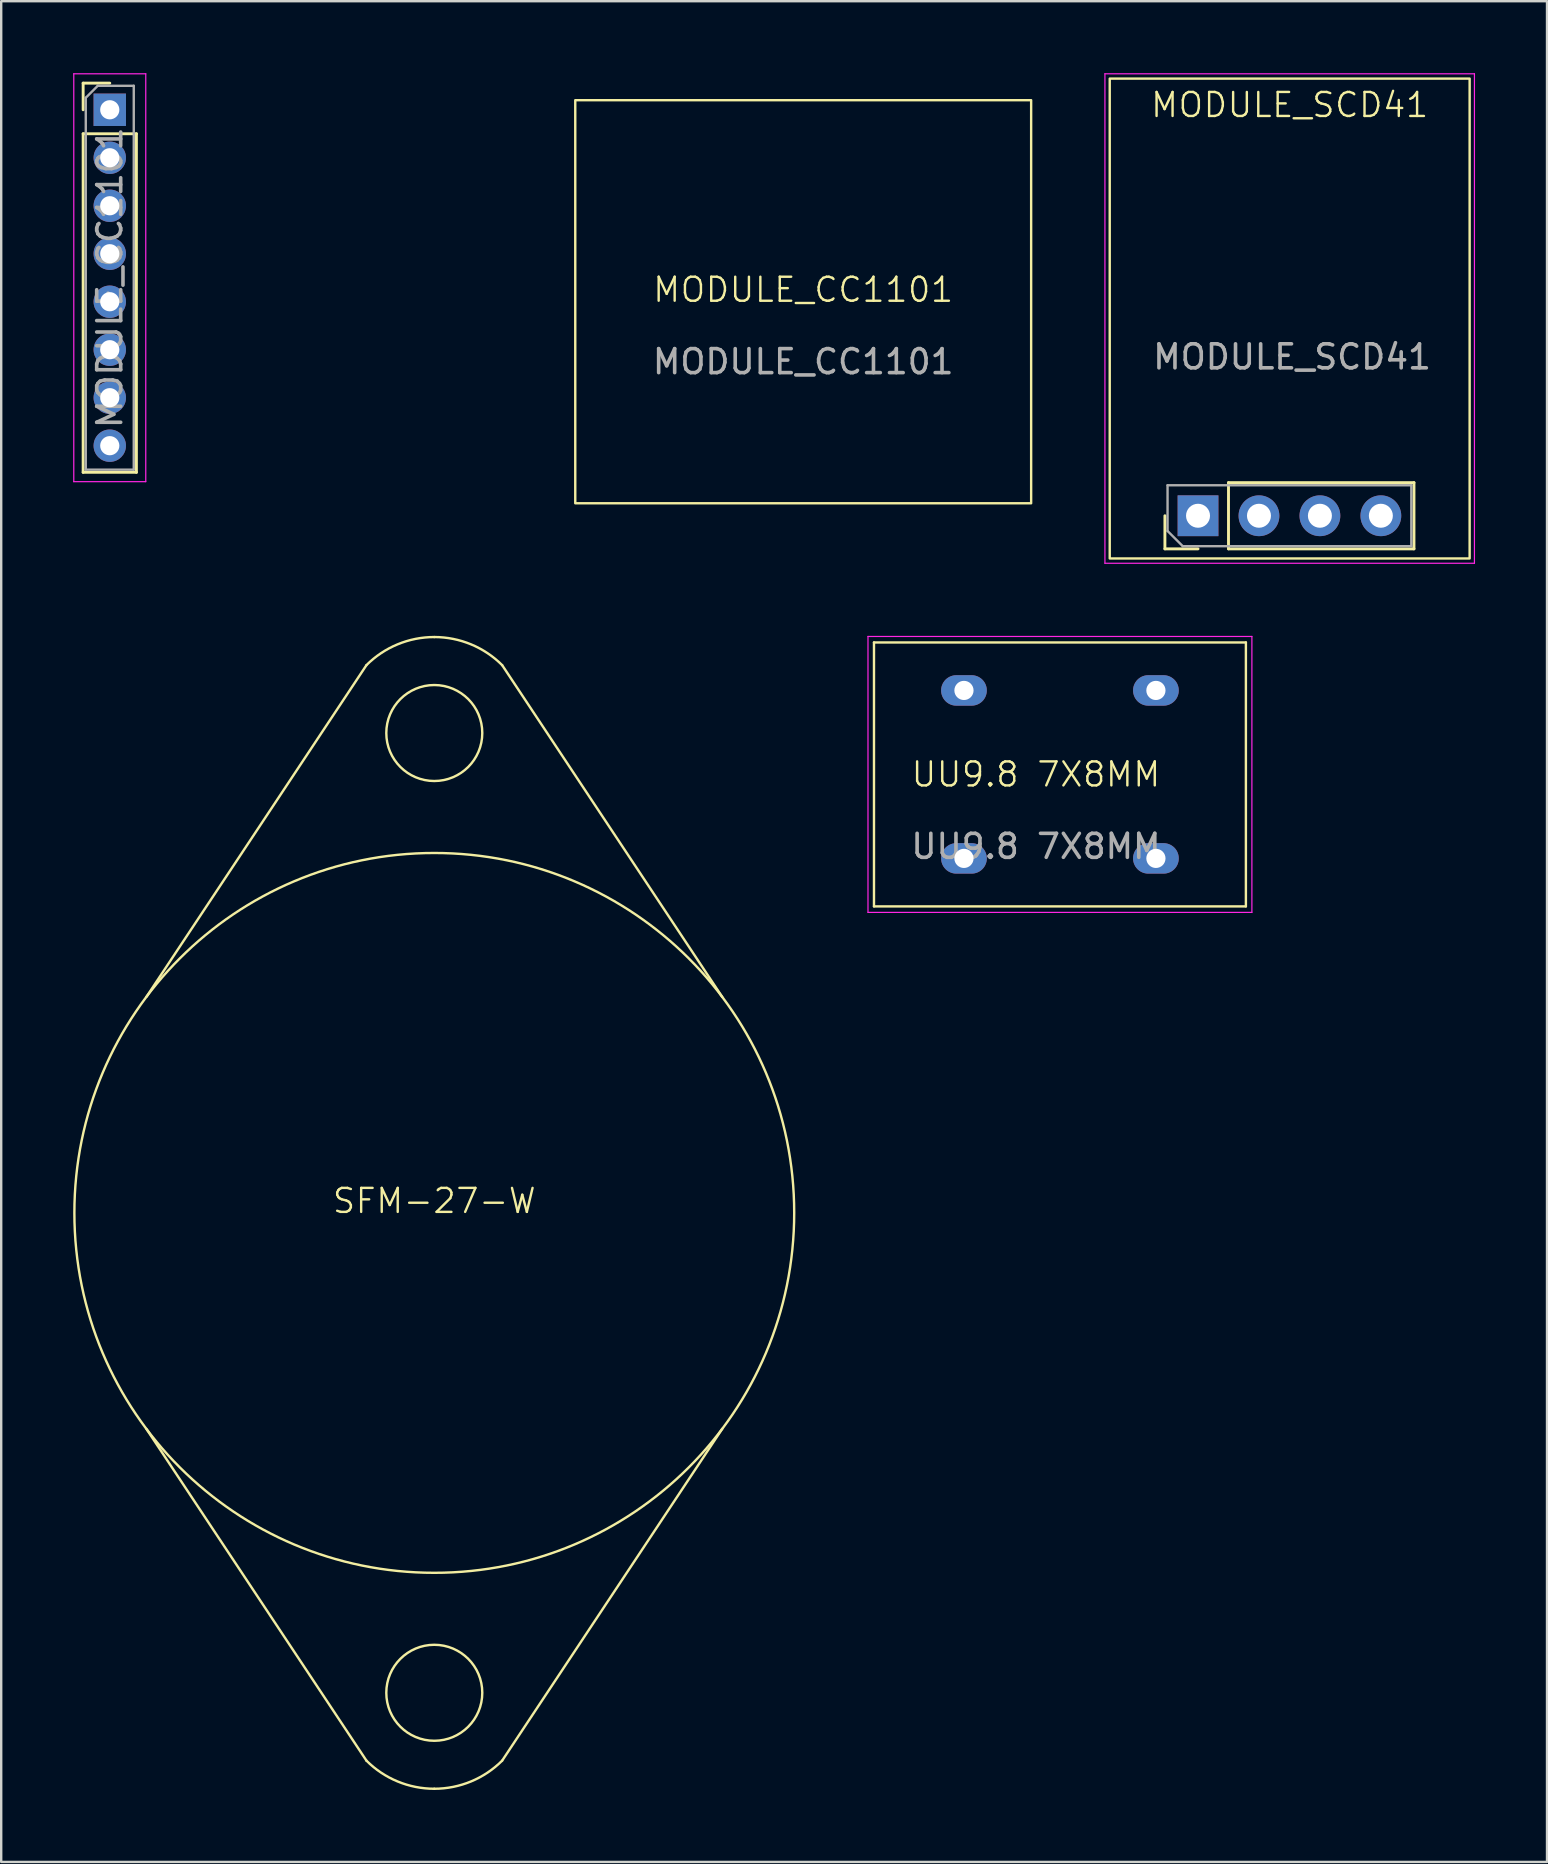
<source format=kicad_pcb>
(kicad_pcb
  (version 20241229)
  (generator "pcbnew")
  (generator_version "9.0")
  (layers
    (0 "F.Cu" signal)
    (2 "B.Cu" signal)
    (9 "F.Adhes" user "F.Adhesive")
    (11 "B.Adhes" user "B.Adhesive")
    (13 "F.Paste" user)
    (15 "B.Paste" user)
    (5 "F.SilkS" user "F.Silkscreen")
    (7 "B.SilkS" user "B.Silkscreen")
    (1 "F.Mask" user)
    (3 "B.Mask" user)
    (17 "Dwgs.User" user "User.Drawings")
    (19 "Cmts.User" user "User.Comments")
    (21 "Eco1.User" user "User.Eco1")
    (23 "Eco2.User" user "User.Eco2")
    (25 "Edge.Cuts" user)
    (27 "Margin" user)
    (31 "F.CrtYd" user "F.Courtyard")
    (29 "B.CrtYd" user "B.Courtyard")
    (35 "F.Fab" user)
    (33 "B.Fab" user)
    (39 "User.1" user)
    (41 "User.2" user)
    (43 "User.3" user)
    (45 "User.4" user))
  (footprint "SFM-27-W"
    (layer "F.Cu")
    (at 15.05 47.5)
    (property "Reference" "SFM-27-W" (at 0 -0.5 0) (unlocked yes) (layer "F.SilkS") (effects (font (size 1 1) (thickness 0.1))))
    (attr smd)
    (fp_line (start -2.828 -22.828) (end -12 -9) (stroke (width 0.1) (type default)) (layer "F.SilkS"))
    (fp_line (start -2.828 22.828) (end -12 9) (stroke (width 0.1) (type default)) (layer "F.SilkS"))
    (fp_line (start 2.828 -22.828) (end 12 -9) (stroke (width 0.1) (type default)) (layer "F.SilkS"))
    (fp_line (start 2.828 22.828) (end 12 9) (stroke (width 0.1) (type default)) (layer "F.SilkS"))
    (fp_arc (start -2.828428 -22.828426) (mid -1.530734 -23.695518) (end 0 -24) (stroke (width 0.1) (type default)) (layer "F.SilkS"))
    (fp_arc (start 0 -24) (mid 1.530734 -23.695518) (end 2.828428 -22.828426) (stroke (width 0.1) (type default)) (layer "F.SilkS"))
    (fp_arc (start 0 24) (mid -1.530734 23.695518) (end -2.828428 22.828426) (stroke (width 0.1) (type default)) (layer "F.SilkS"))
    (fp_arc (start 2.828427 22.828426) (mid 1.530734 23.695517) (end 0 23.999999) (stroke (width 0.1) (type default)) (layer "F.SilkS"))
    (fp_circle (center 0 -20) (end 0 -22) (stroke (width 0.1) (type default)) (fill no) (layer "F.SilkS"))
    (fp_circle (center 0 0) (end 0 -15) (stroke (width 0.1) (type default)) (fill no) (layer "F.SilkS"))
    (fp_circle (center 0 20) (end 0 22) (stroke (width 0.1) (type default)) (fill no) (layer "F.SilkS")))
  (footprint "UU9.8 7X8MM"
    (layer "F.Cu")
    (at 40.125 29.725)
    (property "Reference" "UU9.8 7X8MM" (at 0 -0.5 0) (unlocked yes) (layer "F.SilkS") (effects (font (size 1 1) (thickness 0.1))))
    (attr smd)
    (fp_line (start -6.75 -6) (end -6.75 5) (stroke (width 0.1) (type default)) (layer "F.SilkS"))
    (fp_line (start -6.75 5) (end 8.75 5) (stroke (width 0.1) (type default)) (layer "F.SilkS"))
    (fp_line (start 8.75 -6) (end -6.75 -6) (stroke (width 0.1) (type default)) (layer "F.SilkS"))
    (fp_line (start 8.75 5) (end 8.75 -6) (stroke (width 0.1) (type default)) (layer "F.SilkS"))
    (fp_line (start -7 -6.25) (end -7 5.25) (stroke (width 0.05) (type default)) (layer "F.CrtYd"))
    (fp_line (start -7 -6.25) (end 9 -6.25) (stroke (width 0.05) (type default)) (layer "F.CrtYd"))
    (fp_line (start -7 5.25) (end 9 5.25) (stroke (width 0.05) (type default)) (layer "F.CrtYd"))
    (fp_line (start 9 5.25) (end 9 -6.25) (stroke (width 0.05) (type default)) (layer "F.CrtYd"))
    (fp_text user "${REFERENCE}" (at 0 2.5 0) (unlocked yes) (layer "F.Fab") (effects (font (size 1 1) (thickness 0.15))))
    (pad "1" thru_hole oval (at -3 -4) (size 1.905 1.27) (drill 0.8) (layers "*.Cu" "*.Mask"))
    (pad "2" thru_hole oval (at -3 3) (size 1.905 1.27) (drill 0.8) (layers "*.Cu" "*.Mask"))
    (pad "3" thru_hole oval (at 5 -4) (size 1.905 1.27) (drill 0.8) (layers "*.Cu" "*.Mask"))
    (pad "4" thru_hole oval (at 5 3) (size 1.905 1.27) (drill 0.8) (layers "*.Cu" "*.Mask")))
  (footprint "MODULE_SCD41"
    (layer "F.Cu")
    (at 50.7 10.225)
    (property "Reference" "MODULE_SCD41" (at 0 -8.9 0) (unlocked yes) (layer "F.SilkS") (effects (font (size 1 1) (thickness 0.1))))
    (attr through_hole)
    (fp_line (start -5.2 9.6) (end -5.2 8.22) (stroke (width 0.12) (type solid)) (layer "F.SilkS"))
    (fp_line (start -3.82 9.6) (end -5.2 9.6) (stroke (width 0.12) (type solid)) (layer "F.SilkS"))
    (fp_line (start -2.55 6.84) (end 5.18 6.84) (stroke (width 0.12) (type solid)) (layer "F.SilkS"))
    (fp_line (start -2.55 9.6) (end -2.55 6.84) (stroke (width 0.12) (type solid)) (layer "F.SilkS"))
    (fp_line (start -2.55 9.6) (end 5.18 9.6) (stroke (width 0.12) (type solid)) (layer "F.SilkS"))
    (fp_line (start 5.18 9.6) (end 5.18 6.84) (stroke (width 0.12) (type solid)) (layer "F.SilkS"))
    (fp_rect (start -7.5 -10) (end 7.5 10) (stroke (width 0.1) (type default)) (fill no) (layer "F.SilkS"))
    (fp_line (start -7.7 -10.2) (end -7.7 10.2) (stroke (width 0.05) (type default)) (layer "F.CrtYd"))
    (fp_line (start -7.7 10.2) (end 7.7 10.2) (stroke (width 0.05) (type default)) (layer "F.CrtYd"))
    (fp_line (start 7.7 -10.2) (end -7.7 -10.2) (stroke (width 0.05) (type default)) (layer "F.CrtYd"))
    (fp_line (start 7.7 10.2) (end 7.7 -10.2) (stroke (width 0.05) (type default)) (layer "F.CrtYd"))
    (fp_line (start -5.09 6.95) (end 5.07 6.95) (stroke (width 0.1) (type solid)) (layer "F.Fab"))
    (fp_line (start -5.09 8.855) (end -5.09 6.95) (stroke (width 0.1) (type solid)) (layer "F.Fab"))
    (fp_line (start -4.455 9.49) (end -5.09 8.855) (stroke (width 0.1) (type solid)) (layer "F.Fab"))
    (fp_line (start 5.07 6.95) (end 5.07 9.49) (stroke (width 0.1) (type solid)) (layer "F.Fab"))
    (fp_line (start 5.07 9.49) (end -4.455 9.49) (stroke (width 0.1) (type solid)) (layer "F.Fab"))
    (fp_text user "${REFERENCE}" (at 0.1 1.6 0) (unlocked yes) (layer "F.Fab") (effects (font (size 1 1) (thickness 0.15))))
    (pad "1" thru_hole rect (at -3.82 8.22 90) (size 1.7 1.7) (drill 1) (layers "*.Cu" "*.Mask"))
    (pad "2" thru_hole circle (at -1.28 8.22 90) (size 1.7 1.7) (drill 1) (layers "*.Cu" "*.Mask"))
    (pad "3" thru_hole circle (at 1.26 8.22 90) (size 1.7 1.7) (drill 1) (layers "*.Cu" "*.Mask"))
    (pad "4" thru_hole circle (at 3.8 8.22 90) (size 1.7 1.7) (drill 1) (layers "*.Cu" "*.Mask")))
  (footprint "MODULE_CC1101"
    (layer "F.Cu")
    (at 30.425 9.525)
    (property "Reference" "MODULE_CC1101" (at 0 -0.5 0) (unlocked yes) (layer "F.SilkS") (effects (font (size 1 1) (thickness 0.1))))
    (attr smd)
    (fp_line (start -30.01 -9.11) (end -28.9 -9.11) (stroke (width 0.12) (type solid)) (layer "F.SilkS"))
    (fp_line (start -30.01 -8) (end -30.01 -9.11) (stroke (width 0.12) (type solid)) (layer "F.SilkS"))
    (fp_line (start -30.01 -7) (end -30.01 7.11) (stroke (width 0.12) (type solid)) (layer "F.SilkS"))
    (fp_line (start -30.01 -7) (end -27.79 -7) (stroke (width 0.12) (type solid)) (layer "F.SilkS"))
    (fp_line (start -30.01 7.11) (end -27.79 7.11) (stroke (width 0.12) (type solid)) (layer "F.SilkS"))
    (fp_line (start -27.79 -7) (end -27.79 7.11) (stroke (width 0.12) (type solid)) (layer "F.SilkS"))
    (fp_rect (start -9.5 -8.4) (end 9.5 8.4) (stroke (width 0.1) (type default)) (fill no) (layer "F.SilkS"))
    (fp_line (start -30.4 -9.5) (end -30.4 7.5) (stroke (width 0.05) (type solid)) (layer "F.CrtYd"))
    (fp_line (start -30.4 7.5) (end -27.4 7.5) (stroke (width 0.05) (type solid)) (layer "F.CrtYd"))
    (fp_line (start -27.4 -9.5) (end -30.4 -9.5) (stroke (width 0.05) (type solid)) (layer "F.CrtYd"))
    (fp_line (start -27.4 7.5) (end -27.4 -9.5) (stroke (width 0.05) (type solid)) (layer "F.CrtYd"))
    (fp_line (start -29.9 -8.5) (end -29.4 -9) (stroke (width 0.1) (type solid)) (layer "F.Fab"))
    (fp_line (start -29.9 7) (end -29.9 -8.5) (stroke (width 0.1) (type solid)) (layer "F.Fab"))
    (fp_line (start -29.4 -9) (end -27.9 -9) (stroke (width 0.1) (type solid)) (layer "F.Fab"))
    (fp_line (start -27.9 -9) (end -27.9 7) (stroke (width 0.1) (type solid)) (layer "F.Fab"))
    (fp_line (start -27.9 7) (end -29.9 7) (stroke (width 0.1) (type solid)) (layer "F.Fab"))
    (fp_text user "${REFERENCE}" (at 0 2.5 0) (unlocked yes) (layer "F.Fab") (effects (font (size 1 1) (thickness 0.15))))
    (fp_text user "${REFERENCE}" (at -28.9 -1 90) (layer "F.Fab") (effects (font (size 1 1) (thickness 0.15))))
    (pad "1" thru_hole rect (at -28.9 -8) (size 1.35 1.35) (drill 0.8) (layers "*.Cu" "*.Mask"))
    (pad "2" thru_hole circle (at -28.9 -6) (size 1.35 1.35) (drill 0.8) (layers "*.Cu" "*.Mask"))
    (pad "3" thru_hole circle (at -28.9 -4) (size 1.35 1.35) (drill 0.8) (layers "*.Cu" "*.Mask"))
    (pad "4" thru_hole circle (at -28.9 -2) (size 1.35 1.35) (drill 0.8) (layers "*.Cu" "*.Mask"))
    (pad "5" thru_hole circle (at -28.9 0) (size 1.35 1.35) (drill 0.8) (layers "*.Cu" "*.Mask"))
    (pad "6" thru_hole circle (at -28.9 2) (size 1.35 1.35) (drill 0.8) (layers "*.Cu" "*.Mask"))
    (pad "7" thru_hole circle (at -28.9 4) (size 1.35 1.35) (drill 0.8) (layers "*.Cu" "*.Mask"))
    (pad "8" thru_hole circle (at -28.9 6) (size 1.35 1.35) (drill 0.8) (layers "*.Cu" "*.Mask")))
  (gr_rect
    (start -3 -3)
    (end 61.425 74.55)
    (stroke (width 0.1) (type default))
    (fill no)
    (layer "Edge.Cuts")))
</source>
